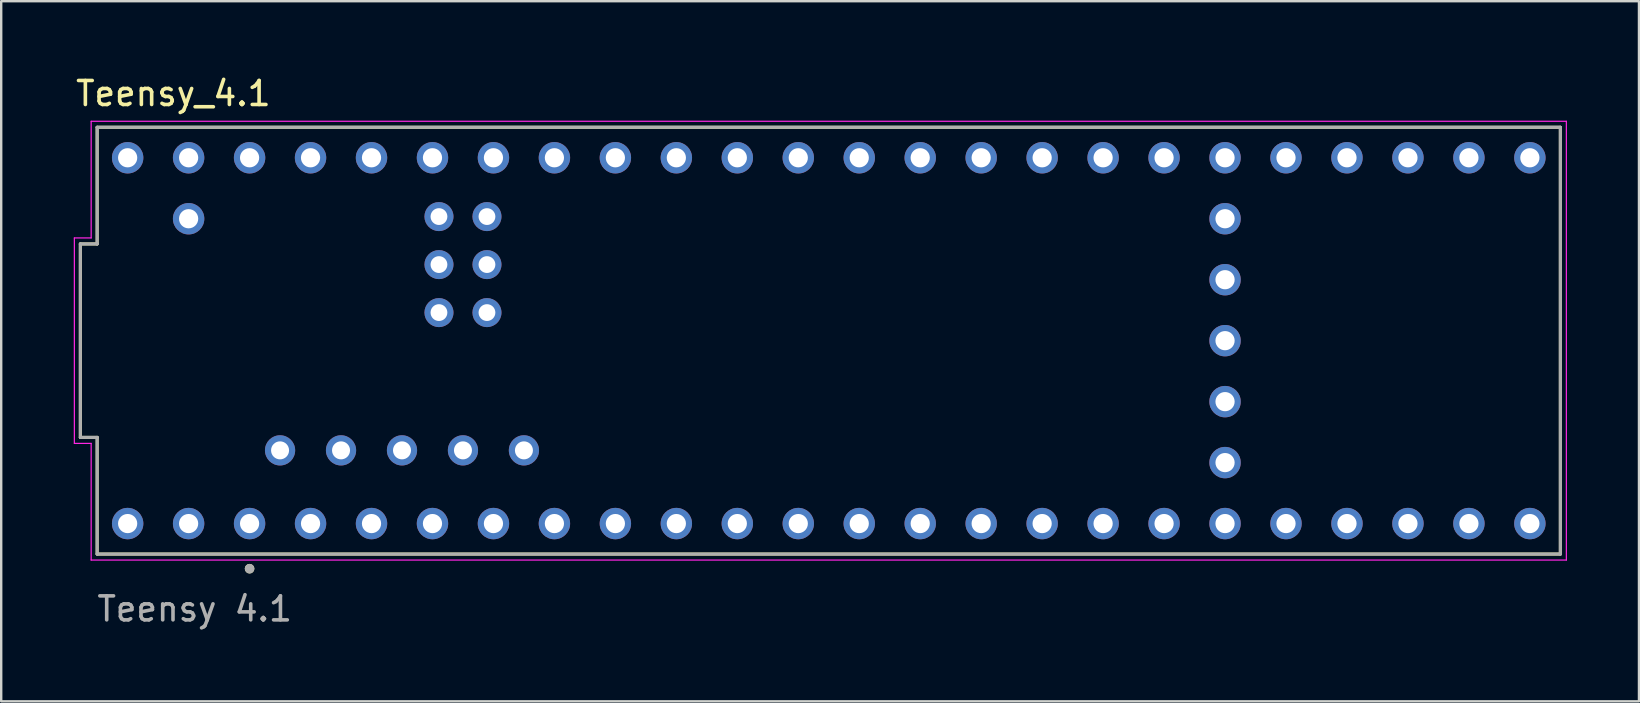
<source format=kicad_pcb>
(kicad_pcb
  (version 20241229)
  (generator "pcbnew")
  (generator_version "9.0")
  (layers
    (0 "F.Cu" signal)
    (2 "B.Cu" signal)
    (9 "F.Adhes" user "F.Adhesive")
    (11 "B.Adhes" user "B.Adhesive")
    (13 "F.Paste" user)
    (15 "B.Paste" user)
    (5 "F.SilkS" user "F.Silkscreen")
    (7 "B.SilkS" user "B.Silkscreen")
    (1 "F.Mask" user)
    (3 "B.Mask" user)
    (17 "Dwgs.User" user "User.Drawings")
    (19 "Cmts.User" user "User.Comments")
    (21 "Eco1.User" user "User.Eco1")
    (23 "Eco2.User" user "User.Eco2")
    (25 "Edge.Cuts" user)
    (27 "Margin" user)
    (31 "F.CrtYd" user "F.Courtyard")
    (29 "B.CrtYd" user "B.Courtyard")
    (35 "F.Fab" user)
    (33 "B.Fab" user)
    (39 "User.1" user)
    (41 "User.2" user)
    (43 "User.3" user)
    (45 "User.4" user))
  (footprint "Teensy_4.1"
    (layer "F.Cu")
    (at 31.478 11.143)
    (property "Reference" "Teensy_4.1" (at -27.305 -10.295 0) (layer "F.SilkS") (effects (font (size 1 1) (thickness 0.15))))
    (attr through_hole)
    (fp_line (start -31.18 4.03) (end -31.18 -4.03) (stroke (width 0.127) (type solid)) (layer "F.SilkS"))
    (fp_line (start -30.48 -8.89) (end -30.48 -4.03) (stroke (width 0.127) (type solid)) (layer "F.SilkS"))
    (fp_line (start -30.48 -8.89) (end 30.48 -8.89) (stroke (width 0.127) (type solid)) (layer "F.SilkS"))
    (fp_line (start -30.48 -4.03) (end -31.18 -4.03) (stroke (width 0.127) (type solid)) (layer "F.SilkS"))
    (fp_line (start -30.48 4.03) (end -31.18 4.03) (stroke (width 0.127) (type solid)) (layer "F.SilkS"))
    (fp_line (start -30.48 8.89) (end -30.48 4.03) (stroke (width 0.127) (type solid)) (layer "F.SilkS"))
    (fp_line (start 30.48 -8.89) (end 30.48 8.89) (stroke (width 0.127) (type solid)) (layer "F.SilkS"))
    (fp_line (start 30.48 8.89) (end -30.48 8.89) (stroke (width 0.127) (type solid)) (layer "F.SilkS"))
    (fp_circle (center -24.13 9.5) (end -24.03 9.5) (stroke (width 0.2) (type solid)) (fill no) (layer "F.SilkS"))
    (fp_line (start -31.43 4.28) (end -31.43 -4.28) (stroke (width 0.05) (type solid)) (layer "F.CrtYd"))
    (fp_line (start -30.73 -9.14) (end -30.73 -4.28) (stroke (width 0.05) (type solid)) (layer "F.CrtYd"))
    (fp_line (start -30.73 -9.14) (end 30.73 -9.14) (stroke (width 0.05) (type solid)) (layer "F.CrtYd"))
    (fp_line (start -30.73 -4.28) (end -31.43 -4.28) (stroke (width 0.05) (type solid)) (layer "F.CrtYd"))
    (fp_line (start -30.73 4.28) (end -31.43 4.28) (stroke (width 0.05) (type solid)) (layer "F.CrtYd"))
    (fp_line (start -30.73 9.14) (end -30.73 4.28) (stroke (width 0.05) (type solid)) (layer "F.CrtYd"))
    (fp_line (start 30.73 -9.14) (end 30.73 9.14) (stroke (width 0.05) (type solid)) (layer "F.CrtYd"))
    (fp_line (start 30.73 9.14) (end -30.73 9.14) (stroke (width 0.05) (type solid)) (layer "F.CrtYd"))
    (fp_line (start -31.18 4.03) (end -31.18 -4.03) (stroke (width 0.127) (type solid)) (layer "F.Fab"))
    (fp_line (start -30.48 -8.89) (end -30.48 -4.03) (stroke (width 0.127) (type solid)) (layer "F.Fab"))
    (fp_line (start -30.48 -8.89) (end 30.48 -8.89) (stroke (width 0.127) (type solid)) (layer "F.Fab"))
    (fp_line (start -30.48 -4.03) (end -31.18 -4.03) (stroke (width 0.127) (type solid)) (layer "F.Fab"))
    (fp_line (start -30.48 4.03) (end -31.18 4.03) (stroke (width 0.127) (type solid)) (layer "F.Fab"))
    (fp_line (start -30.48 8.89) (end -30.48 4.03) (stroke (width 0.127) (type solid)) (layer "F.Fab"))
    (fp_line (start 30.48 -8.89) (end 30.48 8.89) (stroke (width 0.127) (type solid)) (layer "F.Fab"))
    (fp_line (start 30.48 8.89) (end -30.48 8.89) (stroke (width 0.127) (type solid)) (layer "F.Fab"))
    (fp_circle (center -24.13 9.5) (end -24.03 9.5) (stroke (width 0.2) (type solid)) (fill no) (layer "F.Fab"))
    (fp_text user "Teensy 4.1" (at -26.416 11.176 0) (layer "F.Fab") (effects (font (size 1 1) (thickness 0.15))))
    (pad "0" thru_hole circle (at -26.67 7.62) (size 1.308 1.308) (drill 0.8) (layers "*.Cu" "*.Mask"))
    (pad "1" thru_hole circle (at -24.13 7.62) (size 1.308 1.308) (drill 0.8) (layers "*.Cu" "*.Mask"))
    (pad "2" thru_hole circle (at -21.59 7.62) (size 1.308 1.308) (drill 0.8) (layers "*.Cu" "*.Mask"))
    (pad "3" thru_hole circle (at -19.05 7.62) (size 1.308 1.308) (drill 0.8) (layers "*.Cu" "*.Mask"))
    (pad "3.3V_1" thru_hole circle (at 6.35 7.62) (size 1.308 1.308) (drill 0.8) (layers "*.Cu" "*.Mask"))
    (pad "3.3V_2" thru_hole circle (at -24.13 -7.62) (size 1.308 1.308) (drill 0.8) (layers "*.Cu" "*.Mask"))
    (pad "3.3V_3" thru_hole circle (at 16.51 2.54) (size 1.308 1.308) (drill 0.8) (layers "*.Cu" "*.Mask"))
    (pad "4" thru_hole circle (at -16.51 7.62) (size 1.308 1.308) (drill 0.8) (layers "*.Cu" "*.Mask"))
    (pad "5" thru_hole circle (at -13.97 7.62) (size 1.308 1.308) (drill 0.8) (layers "*.Cu" "*.Mask"))
    (pad "5V" thru_hole circle (at -22.86 4.57) (size 1.258 1.258) (drill 0.75) (layers "*.Cu" "*.Mask"))
    (pad "6" thru_hole circle (at -11.43 7.62) (size 1.308 1.308) (drill 0.8) (layers "*.Cu" "*.Mask"))
    (pad "7" thru_hole circle (at -8.89 7.62) (size 1.308 1.308) (drill 0.8) (layers "*.Cu" "*.Mask"))
    (pad "8" thru_hole circle (at -6.35 7.62) (size 1.308 1.308) (drill 0.8) (layers "*.Cu" "*.Mask"))
    (pad "9" thru_hole circle (at -3.81 7.62) (size 1.308 1.308) (drill 0.8) (layers "*.Cu" "*.Mask"))
    (pad "10" thru_hole circle (at -1.27 7.62) (size 1.308 1.308) (drill 0.8) (layers "*.Cu" "*.Mask"))
    (pad "11" thru_hole circle (at 1.27 7.62) (size 1.308 1.308) (drill 0.8) (layers "*.Cu" "*.Mask"))
    (pad "12" thru_hole circle (at 3.81 7.62) (size 1.308 1.308) (drill 0.8) (layers "*.Cu" "*.Mask"))
    (pad "13" thru_hole circle (at 3.81 -7.62) (size 1.308 1.308) (drill 0.8) (layers "*.Cu" "*.Mask"))
    (pad "14" thru_hole circle (at 1.27 -7.62) (size 1.308 1.308) (drill 0.8) (layers "*.Cu" "*.Mask"))
    (pad "15" thru_hole circle (at -1.27 -7.62) (size 1.308 1.308) (drill 0.8) (layers "*.Cu" "*.Mask"))
    (pad "16" thru_hole circle (at -3.81 -7.62) (size 1.308 1.308) (drill 0.8) (layers "*.Cu" "*.Mask"))
    (pad "17" thru_hole circle (at -6.35 -7.62) (size 1.308 1.308) (drill 0.8) (layers "*.Cu" "*.Mask"))
    (pad "18" thru_hole circle (at -8.89 -7.62) (size 1.308 1.308) (drill 0.8) (layers "*.Cu" "*.Mask"))
    (pad "19" thru_hole circle (at -11.43 -7.62) (size 1.308 1.308) (drill 0.8) (layers "*.Cu" "*.Mask"))
    (pad "20" thru_hole circle (at -13.97 -7.62) (size 1.308 1.308) (drill 0.8) (layers "*.Cu" "*.Mask"))
    (pad "21" thru_hole circle (at -16.51 -7.62) (size 1.308 1.308) (drill 0.8) (layers "*.Cu" "*.Mask"))
    (pad "22" thru_hole circle (at -19.05 -7.62) (size 1.308 1.308) (drill 0.8) (layers "*.Cu" "*.Mask"))
    (pad "23" thru_hole circle (at -21.59 -7.62) (size 1.308 1.308) (drill 0.8) (layers "*.Cu" "*.Mask"))
    (pad "24" thru_hole circle (at 8.89 7.62) (size 1.308 1.308) (drill 0.8) (layers "*.Cu" "*.Mask"))
    (pad "25" thru_hole circle (at 11.43 7.62) (size 1.308 1.308) (drill 0.8) (layers "*.Cu" "*.Mask"))
    (pad "26" thru_hole circle (at 13.97 7.62) (size 1.308 1.308) (drill 0.8) (layers "*.Cu" "*.Mask"))
    (pad "27" thru_hole circle (at 16.51 7.62) (size 1.308 1.308) (drill 0.8) (layers "*.Cu" "*.Mask"))
    (pad "28" thru_hole circle (at 19.05 7.62) (size 1.308 1.308) (drill 0.8) (layers "*.Cu" "*.Mask"))
    (pad "29" thru_hole circle (at 21.59 7.62) (size 1.308 1.308) (drill 0.8) (layers "*.Cu" "*.Mask"))
    (pad "30" thru_hole circle (at 24.13 7.62) (size 1.308 1.308) (drill 0.8) (layers "*.Cu" "*.Mask"))
    (pad "31" thru_hole circle (at 26.67 7.62) (size 1.308 1.308) (drill 0.8) (layers "*.Cu" "*.Mask"))
    (pad "32" thru_hole circle (at 29.21 7.62) (size 1.308 1.308) (drill 0.8) (layers "*.Cu" "*.Mask"))
    (pad "33" thru_hole circle (at 29.21 -7.62) (size 1.308 1.308) (drill 0.8) (layers "*.Cu" "*.Mask"))
    (pad "34" thru_hole circle (at 26.67 -7.62) (size 1.308 1.308) (drill 0.8) (layers "*.Cu" "*.Mask"))
    (pad "35" thru_hole circle (at 24.13 -7.62) (size 1.308 1.308) (drill 0.8) (layers "*.Cu" "*.Mask"))
    (pad "36" thru_hole circle (at 21.59 -7.62) (size 1.308 1.308) (drill 0.8) (layers "*.Cu" "*.Mask"))
    (pad "37" thru_hole circle (at 19.05 -7.62) (size 1.308 1.308) (drill 0.8) (layers "*.Cu" "*.Mask"))
    (pad "38" thru_hole circle (at 16.51 -7.62) (size 1.308 1.308) (drill 0.8) (layers "*.Cu" "*.Mask"))
    (pad "39" thru_hole circle (at 13.97 -7.62) (size 1.308 1.308) (drill 0.8) (layers "*.Cu" "*.Mask"))
    (pad "40" thru_hole circle (at 11.43 -7.62) (size 1.308 1.308) (drill 0.8) (layers "*.Cu" "*.Mask"))
    (pad "41" thru_hole circle (at 8.89 -7.62) (size 1.308 1.308) (drill 0.8) (layers "*.Cu" "*.Mask"))
    (pad "D+" thru_hole circle (at -17.78 4.57) (size 1.258 1.258) (drill 0.75) (layers "*.Cu" "*.Mask"))
    (pad "D-" thru_hole circle (at -20.32 4.57) (size 1.258 1.258) (drill 0.75) (layers "*.Cu" "*.Mask"))
    (pad "GND1" thru_hole circle (at -29.21 7.62) (size 1.308 1.308) (drill 0.8) (layers "*.Cu" "*.Mask"))
    (pad "GND2" thru_hole circle (at 6.35 -7.62) (size 1.308 1.308) (drill 0.8) (layers "*.Cu" "*.Mask"))
    (pad "GND3" thru_hole circle (at -26.67 -7.62) (size 1.308 1.308) (drill 0.8) (layers "*.Cu" "*.Mask"))
    (pad "GND4" thru_hole circle (at 16.51 0) (size 1.308 1.308) (drill 0.8) (layers "*.Cu" "*.Mask"))
    (pad "GND5" thru_hole circle (at -14.24 -3.17) (size 1.208 1.208) (drill 0.7) (layers "*.Cu" "*.Mask"))
    (pad "LED" thru_hole circle (at -16.24 -3.17) (size 1.208 1.208) (drill 0.7) (layers "*.Cu" "*.Mask"))
    (pad "ON/OFF" thru_hole circle (at 16.51 -5.08) (size 1.308 1.308) (drill 0.8) (layers "*.Cu" "*.Mask"))
    (pad "PROGRAM" thru_hole circle (at 16.51 -2.54) (size 1.308 1.308) (drill 0.8) (layers "*.Cu" "*.Mask"))
    (pad "R+" thru_hole circle (at -16.24 -5.17) (size 1.208 1.208) (drill 0.7) (layers "*.Cu" "*.Mask"))
    (pad "R-" thru_hole circle (at -14.24 -5.17) (size 1.208 1.208) (drill 0.7) (layers "*.Cu" "*.Mask"))
    (pad "T+" thru_hole circle (at -14.24 -1.17) (size 1.208 1.208) (drill 0.7) (layers "*.Cu" "*.Mask"))
    (pad "T-" thru_hole circle (at -16.24 -1.17) (size 1.208 1.208) (drill 0.7) (layers "*.Cu" "*.Mask"))
    (pad "USB_GND1" thru_hole circle (at -15.24 4.57) (size 1.258 1.258) (drill 0.75) (layers "*.Cu" "*.Mask"))
    (pad "USB_GND2" thru_hole circle (at -12.7 4.57) (size 1.258 1.258) (drill 0.75) (layers "*.Cu" "*.Mask"))
    (pad "VBAT" thru_hole circle (at 16.51 5.08) (size 1.308 1.308) (drill 0.8) (layers "*.Cu" "*.Mask"))
    (pad "VIN" thru_hole circle (at -29.21 -7.62) (size 1.308 1.308) (drill 0.8) (layers "*.Cu" "*.Mask"))
    (pad "VUSB" thru_hole circle (at -26.67 -5.08) (size 1.308 1.308) (drill 0.8) (layers "*.Cu" "*.Mask")))
  (gr_rect
    (start -3 -3)
    (end 65.233 26.168)
    (stroke (width 0.1) (type default))
    (fill no)
    (layer "Edge.Cuts")))
</source>
